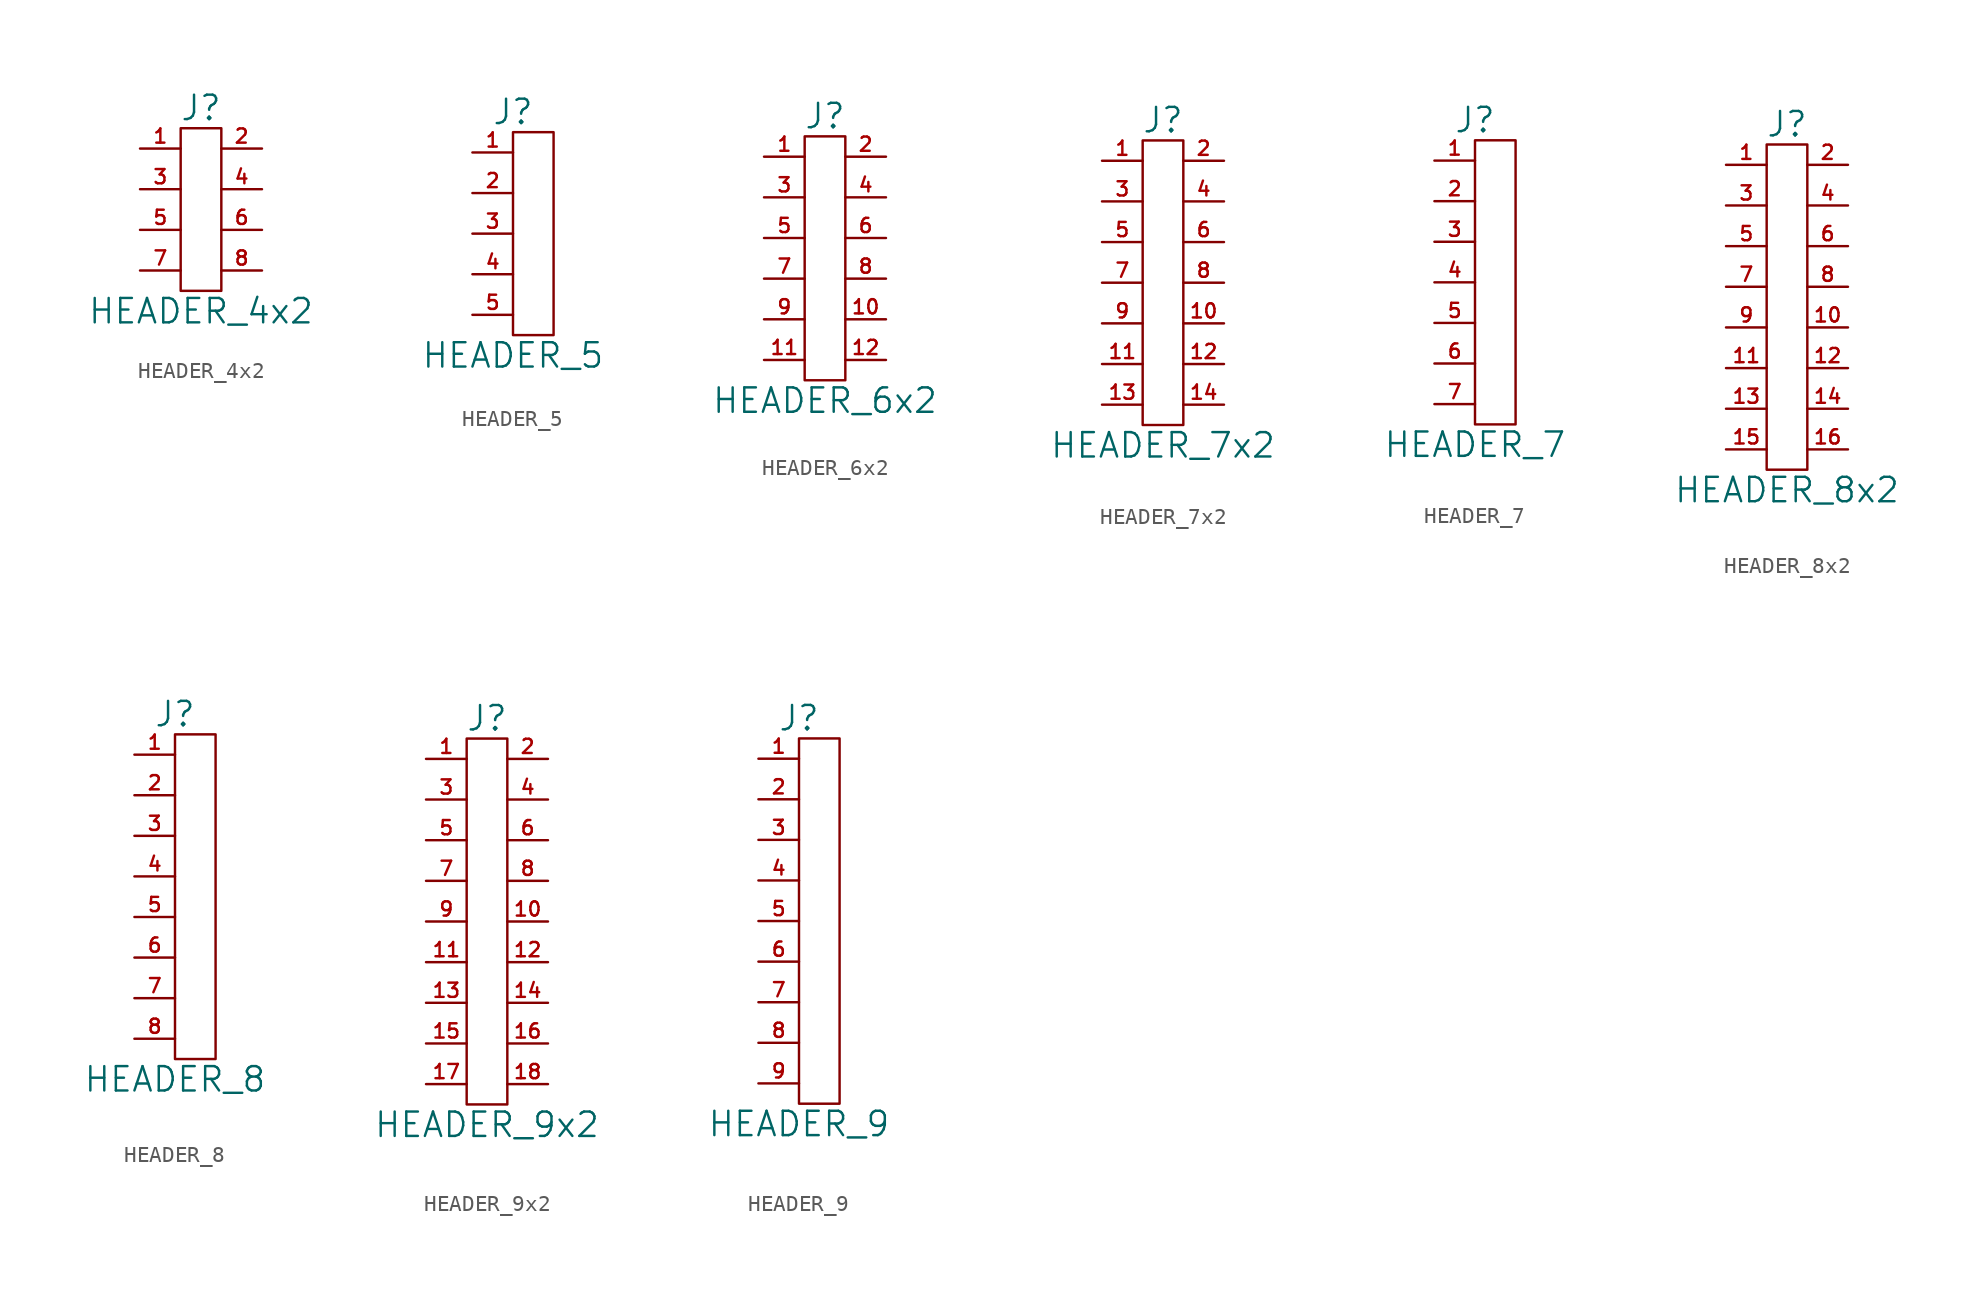
<source format=kicad_sym>
(kicad_symbol_lib
  (version 20201005)
  (generator kicad_symbol_editor)
  (symbol "HEADER_4x2"
    (pin_names
      (offset 0))
    (property "Reference" "J"
      (at 0 6.35 0)
      (effects (font (size 1.524 1.524))))
    (property "Value" "HEADER_4x2"
      (at 0 -6.35 0)
      (effects (font (size 1.524 1.524))))
    (property "Footprint" ""
      (at 0 0 0)
      (effects (font (size 1.524 1.524))))
    (property "Datasheet" ""
      (at 0 0 0)
      (effects (font (size 1.524 1.524))))
    (symbol "HEADER_4x2_0_1"
      (rectangle (start 1.27 5.08) (end -1.27 -5.08) (stroke (width 0)) (fill (type none))))
    (symbol "HEADER_4x2_1_1"
      (pin passive line (at -3.81 3.81 0) (length 2.54) (name "~" (effects (font (size 1.27 1.27)))) (number "1" (effects (font (size 0.889 0.889)))))
      (pin passive line (at 3.81 3.81 180) (length 2.54) (name "~" (effects (font (size 1.27 1.27)))) (number "2" (effects (font (size 0.889 0.889)))))
      (pin passive line (at -3.81 1.27 0) (length 2.54) (name "~" (effects (font (size 1.27 1.27)))) (number "3" (effects (font (size 0.889 0.889)))))
      (pin passive line (at 3.81 1.27 180) (length 2.54) (name "~" (effects (font (size 1.27 1.27)))) (number "4" (effects (font (size 0.889 0.889)))))
      (pin passive line (at -3.81 -1.27 0) (length 2.54) (name "~" (effects (font (size 1.27 1.27)))) (number "5" (effects (font (size 0.889 0.889)))))
      (pin passive line (at 3.81 -1.27 180) (length 2.54) (name "~" (effects (font (size 1.27 1.27)))) (number "6" (effects (font (size 0.889 0.889)))))
      (pin passive line (at -3.81 -3.81 0) (length 2.54) (name "~" (effects (font (size 1.27 1.27)))) (number "7" (effects (font (size 0.889 0.889)))))
      (pin passive line (at 3.81 -3.81 180) (length 2.54) (name "~" (effects (font (size 1.27 1.27)))) (number "8" (effects (font (size 0.889 0.889)))))))
  (symbol "HEADER_5"
    (pin_names
      (offset 0))
    (property "Reference" "J"
      (at 0 7.62 0)
      (effects (font (size 1.524 1.524))))
    (property "Value" "HEADER_5"
      (at 0 -7.62 0)
      (effects (font (size 1.524 1.524))))
    (property "Footprint" ""
      (at 0 0 0)
      (effects (font (size 1.524 1.524))))
    (property "Datasheet" ""
      (at 0 0 0)
      (effects (font (size 1.524 1.524))))
    (symbol "HEADER_5_0_1"
      (rectangle (start 2.54 6.35) (end 0 -6.35) (stroke (width 0)) (fill (type none))))
    (symbol "HEADER_5_1_1"
      (pin passive line (at -2.54 5.08 0) (length 2.54) (name "~" (effects (font (size 1.27 1.27)))) (number "1" (effects (font (size 0.889 0.889)))))
      (pin passive line (at -2.54 2.54 0) (length 2.54) (name "~" (effects (font (size 1.27 1.27)))) (number "2" (effects (font (size 0.889 0.889)))))
      (pin passive line (at -2.54 0 0) (length 2.54) (name "~" (effects (font (size 1.27 1.27)))) (number "3" (effects (font (size 0.889 0.889)))))
      (pin passive line (at -2.54 -2.54 0) (length 2.54) (name "~" (effects (font (size 1.27 1.27)))) (number "4" (effects (font (size 0.889 0.889)))))
      (pin passive line (at -2.54 -5.08 0) (length 2.54) (name "~" (effects (font (size 1.27 1.27)))) (number "5" (effects (font (size 0.889 0.889)))))))
  (symbol "HEADER_6x2"
    (pin_names
      (offset 0))
    (property "Reference" "J"
      (at 0 8.89 0)
      (effects (font (size 1.524 1.524))))
    (property "Value" "HEADER_6x2"
      (at 0 -8.89 0)
      (effects (font (size 1.524 1.524))))
    (property "Footprint" ""
      (at 0 0 0)
      (effects (font (size 1.524 1.524))))
    (property "Datasheet" ""
      (at 0 0 0)
      (effects (font (size 1.524 1.524))))
    (symbol "HEADER_6x2_0_1"
      (rectangle (start 1.27 7.62) (end -1.27 -7.62) (stroke (width 0)) (fill (type none))))
    (symbol "HEADER_6x2_1_1"
      (pin passive line (at -3.81 6.35 0) (length 2.54) (name "~" (effects (font (size 1.27 1.27)))) (number "1" (effects (font (size 0.889 0.889)))))
      (pin passive line (at 3.81 -3.81 180) (length 2.54) (name "~" (effects (font (size 1.27 1.27)))) (number "10" (effects (font (size 0.889 0.889)))))
      (pin passive line (at -3.81 -6.35 0) (length 2.54) (name "~" (effects (font (size 1.27 1.27)))) (number "11" (effects (font (size 0.889 0.889)))))
      (pin passive line (at 3.81 -6.35 180) (length 2.54) (name "~" (effects (font (size 1.27 1.27)))) (number "12" (effects (font (size 0.889 0.889)))))
      (pin passive line (at 3.81 6.35 180) (length 2.54) (name "~" (effects (font (size 1.27 1.27)))) (number "2" (effects (font (size 0.889 0.889)))))
      (pin passive line (at -3.81 3.81 0) (length 2.54) (name "~" (effects (font (size 1.27 1.27)))) (number "3" (effects (font (size 0.889 0.889)))))
      (pin passive line (at 3.81 3.81 180) (length 2.54) (name "~" (effects (font (size 1.27 1.27)))) (number "4" (effects (font (size 0.889 0.889)))))
      (pin passive line (at -3.81 1.27 0) (length 2.54) (name "~" (effects (font (size 1.27 1.27)))) (number "5" (effects (font (size 0.889 0.889)))))
      (pin passive line (at 3.81 1.27 180) (length 2.54) (name "~" (effects (font (size 1.27 1.27)))) (number "6" (effects (font (size 0.889 0.889)))))
      (pin passive line (at -3.81 -1.27 0) (length 2.54) (name "~" (effects (font (size 1.27 1.27)))) (number "7" (effects (font (size 0.889 0.889)))))
      (pin passive line (at 3.81 -1.27 180) (length 2.54) (name "~" (effects (font (size 1.27 1.27)))) (number "8" (effects (font (size 0.889 0.889)))))
      (pin passive line (at -3.81 -3.81 0) (length 2.54) (name "~" (effects (font (size 1.27 1.27)))) (number "9" (effects (font (size 0.889 0.889)))))))
  (symbol "HEADER_7x2"
    (pin_names
      (offset 0))
    (property "Reference" "J"
      (at 0 10.16 0)
      (effects (font (size 1.524 1.524))))
    (property "Value" "HEADER_7x2"
      (at 0 -10.16 0)
      (effects (font (size 1.524 1.524))))
    (property "Footprint" ""
      (at 0 0 0)
      (effects (font (size 1.524 1.524))))
    (property "Datasheet" ""
      (at 0 0 0)
      (effects (font (size 1.524 1.524))))
    (symbol "HEADER_7x2_0_1"
      (rectangle (start 1.27 8.89) (end -1.27 -8.89) (stroke (width 0)) (fill (type none))))
    (symbol "HEADER_7x2_1_1"
      (pin passive line (at -3.81 7.62 0) (length 2.54) (name "~" (effects (font (size 1.27 1.27)))) (number "1" (effects (font (size 0.889 0.889)))))
      (pin passive line (at 3.81 -2.54 180) (length 2.54) (name "~" (effects (font (size 1.27 1.27)))) (number "10" (effects (font (size 0.889 0.889)))))
      (pin passive line (at -3.81 -5.08 0) (length 2.54) (name "~" (effects (font (size 1.27 1.27)))) (number "11" (effects (font (size 0.889 0.889)))))
      (pin passive line (at 3.81 -5.08 180) (length 2.54) (name "~" (effects (font (size 1.27 1.27)))) (number "12" (effects (font (size 0.889 0.889)))))
      (pin passive line (at -3.81 -7.62 0) (length 2.54) (name "~" (effects (font (size 1.27 1.27)))) (number "13" (effects (font (size 0.889 0.889)))))
      (pin passive line (at 3.81 -7.62 180) (length 2.54) (name "~" (effects (font (size 1.27 1.27)))) (number "14" (effects (font (size 0.889 0.889)))))
      (pin passive line (at 3.81 7.62 180) (length 2.54) (name "~" (effects (font (size 1.27 1.27)))) (number "2" (effects (font (size 0.889 0.889)))))
      (pin passive line (at -3.81 5.08 0) (length 2.54) (name "~" (effects (font (size 1.27 1.27)))) (number "3" (effects (font (size 0.889 0.889)))))
      (pin passive line (at 3.81 5.08 180) (length 2.54) (name "~" (effects (font (size 1.27 1.27)))) (number "4" (effects (font (size 0.889 0.889)))))
      (pin passive line (at -3.81 2.54 0) (length 2.54) (name "~" (effects (font (size 1.27 1.27)))) (number "5" (effects (font (size 0.889 0.889)))))
      (pin passive line (at 3.81 2.54 180) (length 2.54) (name "~" (effects (font (size 1.27 1.27)))) (number "6" (effects (font (size 0.889 0.889)))))
      (pin passive line (at -3.81 0 0) (length 2.54) (name "~" (effects (font (size 1.27 1.27)))) (number "7" (effects (font (size 0.889 0.889)))))
      (pin passive line (at 3.81 0 180) (length 2.54) (name "~" (effects (font (size 1.27 1.27)))) (number "8" (effects (font (size 0.889 0.889)))))
      (pin passive line (at -3.81 -2.54 0) (length 2.54) (name "~" (effects (font (size 1.27 1.27)))) (number "9" (effects (font (size 0.889 0.889)))))))
  (symbol "HEADER_7"
    (pin_names
      (offset 0))
    (property "Reference" "J"
      (at 0 10.16 0)
      (effects (font (size 1.524 1.524))))
    (property "Value" "HEADER_7"
      (at 0 -10.16 0)
      (effects (font (size 1.524 1.524))))
    (property "Footprint" ""
      (at 0 0 0)
      (effects (font (size 1.524 1.524))))
    (property "Datasheet" ""
      (at 0 0 0)
      (effects (font (size 1.524 1.524))))
    (symbol "HEADER_7_0_1"
      (rectangle (start 2.54 8.89) (end 0 -8.89) (stroke (width 0)) (fill (type none))))
    (symbol "HEADER_7_1_1"
      (pin passive line (at -2.54 7.62 0) (length 2.54) (name "~" (effects (font (size 1.27 1.27)))) (number "1" (effects (font (size 0.889 0.889)))))
      (pin passive line (at -2.54 5.08 0) (length 2.54) (name "~" (effects (font (size 1.27 1.27)))) (number "2" (effects (font (size 0.889 0.889)))))
      (pin passive line (at -2.54 2.54 0) (length 2.54) (name "~" (effects (font (size 1.27 1.27)))) (number "3" (effects (font (size 0.889 0.889)))))
      (pin passive line (at -2.54 0 0) (length 2.54) (name "~" (effects (font (size 1.27 1.27)))) (number "4" (effects (font (size 0.889 0.889)))))
      (pin passive line (at -2.54 -2.54 0) (length 2.54) (name "~" (effects (font (size 1.27 1.27)))) (number "5" (effects (font (size 0.889 0.889)))))
      (pin passive line (at -2.54 -5.08 0) (length 2.54) (name "~" (effects (font (size 1.27 1.27)))) (number "6" (effects (font (size 0.889 0.889)))))
      (pin passive line (at -2.54 -7.62 0) (length 2.54) (name "~" (effects (font (size 1.27 1.27)))) (number "7" (effects (font (size 0.889 0.889)))))))
  (symbol "HEADER_8x2"
    (pin_names
      (offset 0))
    (property "Reference" "J"
      (at 0 11.43 0)
      (effects (font (size 1.524 1.524))))
    (property "Value" "HEADER_8x2"
      (at 0 -11.43 0)
      (effects (font (size 1.524 1.524))))
    (property "Footprint" ""
      (at 0 0 0)
      (effects (font (size 1.524 1.524))))
    (property "Datasheet" ""
      (at 0 0 0)
      (effects (font (size 1.524 1.524))))
    (symbol "HEADER_8x2_0_1"
      (rectangle (start 1.27 10.16) (end -1.27 -10.16) (stroke (width 0)) (fill (type none))))
    (symbol "HEADER_8x2_1_1"
      (pin passive line (at -3.81 8.89 0) (length 2.54) (name "~" (effects (font (size 1.27 1.27)))) (number "1" (effects (font (size 0.889 0.889)))))
      (pin passive line (at 3.81 -1.27 180) (length 2.54) (name "~" (effects (font (size 1.27 1.27)))) (number "10" (effects (font (size 0.889 0.889)))))
      (pin passive line (at -3.81 -3.81 0) (length 2.54) (name "~" (effects (font (size 1.27 1.27)))) (number "11" (effects (font (size 0.889 0.889)))))
      (pin passive line (at 3.81 -3.81 180) (length 2.54) (name "~" (effects (font (size 1.27 1.27)))) (number "12" (effects (font (size 0.889 0.889)))))
      (pin passive line (at -3.81 -6.35 0) (length 2.54) (name "~" (effects (font (size 1.27 1.27)))) (number "13" (effects (font (size 0.889 0.889)))))
      (pin passive line (at 3.81 -6.35 180) (length 2.54) (name "~" (effects (font (size 1.27 1.27)))) (number "14" (effects (font (size 0.889 0.889)))))
      (pin passive line (at -3.81 -8.89 0) (length 2.54) (name "~" (effects (font (size 1.27 1.27)))) (number "15" (effects (font (size 0.889 0.889)))))
      (pin passive line (at 3.81 -8.89 180) (length 2.54) (name "~" (effects (font (size 1.27 1.27)))) (number "16" (effects (font (size 0.889 0.889)))))
      (pin passive line (at 3.81 8.89 180) (length 2.54) (name "~" (effects (font (size 1.27 1.27)))) (number "2" (effects (font (size 0.889 0.889)))))
      (pin passive line (at -3.81 6.35 0) (length 2.54) (name "~" (effects (font (size 1.27 1.27)))) (number "3" (effects (font (size 0.889 0.889)))))
      (pin passive line (at 3.81 6.35 180) (length 2.54) (name "~" (effects (font (size 1.27 1.27)))) (number "4" (effects (font (size 0.889 0.889)))))
      (pin passive line (at -3.81 3.81 0) (length 2.54) (name "~" (effects (font (size 1.27 1.27)))) (number "5" (effects (font (size 0.889 0.889)))))
      (pin passive line (at 3.81 3.81 180) (length 2.54) (name "~" (effects (font (size 1.27 1.27)))) (number "6" (effects (font (size 0.889 0.889)))))
      (pin passive line (at -3.81 1.27 0) (length 2.54) (name "~" (effects (font (size 1.27 1.27)))) (number "7" (effects (font (size 0.889 0.889)))))
      (pin passive line (at 3.81 1.27 180) (length 2.54) (name "~" (effects (font (size 1.27 1.27)))) (number "8" (effects (font (size 0.889 0.889)))))
      (pin passive line (at -3.81 -1.27 0) (length 2.54) (name "~" (effects (font (size 1.27 1.27)))) (number "9" (effects (font (size 0.889 0.889)))))))
  (symbol "HEADER_8"
    (pin_names
      (offset 0))
    (property "Reference" "J"
      (at 0 11.43 0)
      (effects (font (size 1.524 1.524))))
    (property "Value" "HEADER_8"
      (at 0 -11.43 0)
      (effects (font (size 1.524 1.524))))
    (property "Footprint" ""
      (at 0 0 0)
      (effects (font (size 1.524 1.524))))
    (property "Datasheet" ""
      (at 0 0 0)
      (effects (font (size 1.524 1.524))))
    (symbol "HEADER_8_0_1"
      (rectangle (start 2.54 10.16) (end 0 -10.16) (stroke (width 0)) (fill (type none))))
    (symbol "HEADER_8_1_1"
      (pin passive line (at -2.54 8.89 0) (length 2.54) (name "~" (effects (font (size 1.27 1.27)))) (number "1" (effects (font (size 0.889 0.889)))))
      (pin passive line (at -2.54 6.35 0) (length 2.54) (name "~" (effects (font (size 1.27 1.27)))) (number "2" (effects (font (size 0.889 0.889)))))
      (pin passive line (at -2.54 3.81 0) (length 2.54) (name "~" (effects (font (size 1.27 1.27)))) (number "3" (effects (font (size 0.889 0.889)))))
      (pin passive line (at -2.54 1.27 0) (length 2.54) (name "~" (effects (font (size 1.27 1.27)))) (number "4" (effects (font (size 0.889 0.889)))))
      (pin passive line (at -2.54 -1.27 0) (length 2.54) (name "~" (effects (font (size 1.27 1.27)))) (number "5" (effects (font (size 0.889 0.889)))))
      (pin passive line (at -2.54 -3.81 0) (length 2.54) (name "~" (effects (font (size 1.27 1.27)))) (number "6" (effects (font (size 0.889 0.889)))))
      (pin passive line (at -2.54 -6.35 0) (length 2.54) (name "~" (effects (font (size 1.27 1.27)))) (number "7" (effects (font (size 0.889 0.889)))))
      (pin passive line (at -2.54 -8.89 0) (length 2.54) (name "~" (effects (font (size 1.27 1.27)))) (number "8" (effects (font (size 0.889 0.889)))))))
  (symbol "HEADER_9x2"
    (pin_names
      (offset 0))
    (property "Reference" "J"
      (at 0 12.7 0)
      (effects (font (size 1.524 1.524))))
    (property "Value" "HEADER_9x2"
      (at 0 -12.7 0)
      (effects (font (size 1.524 1.524))))
    (property "Footprint" ""
      (at 0 0 0)
      (effects (font (size 1.524 1.524))))
    (property "Datasheet" ""
      (at 0 0 0)
      (effects (font (size 1.524 1.524))))
    (symbol "HEADER_9x2_0_1"
      (rectangle (start 1.27 11.43) (end -1.27 -11.43) (stroke (width 0)) (fill (type none))))
    (symbol "HEADER_9x2_1_1"
      (pin passive line (at -3.81 10.16 0) (length 2.54) (name "~" (effects (font (size 1.27 1.27)))) (number "1" (effects (font (size 0.889 0.889)))))
      (pin passive line (at 3.81 0 180) (length 2.54) (name "~" (effects (font (size 1.27 1.27)))) (number "10" (effects (font (size 0.889 0.889)))))
      (pin passive line (at -3.81 -2.54 0) (length 2.54) (name "~" (effects (font (size 1.27 1.27)))) (number "11" (effects (font (size 0.889 0.889)))))
      (pin passive line (at 3.81 -2.54 180) (length 2.54) (name "~" (effects (font (size 1.27 1.27)))) (number "12" (effects (font (size 0.889 0.889)))))
      (pin passive line (at -3.81 -5.08 0) (length 2.54) (name "~" (effects (font (size 1.27 1.27)))) (number "13" (effects (font (size 0.889 0.889)))))
      (pin passive line (at 3.81 -5.08 180) (length 2.54) (name "~" (effects (font (size 1.27 1.27)))) (number "14" (effects (font (size 0.889 0.889)))))
      (pin passive line (at -3.81 -7.62 0) (length 2.54) (name "~" (effects (font (size 1.27 1.27)))) (number "15" (effects (font (size 0.889 0.889)))))
      (pin passive line (at 3.81 -7.62 180) (length 2.54) (name "~" (effects (font (size 1.27 1.27)))) (number "16" (effects (font (size 0.889 0.889)))))
      (pin passive line (at -3.81 -10.16 0) (length 2.54) (name "~" (effects (font (size 1.27 1.27)))) (number "17" (effects (font (size 0.889 0.889)))))
      (pin passive line (at 3.81 -10.16 180) (length 2.54) (name "~" (effects (font (size 1.27 1.27)))) (number "18" (effects (font (size 0.889 0.889)))))
      (pin passive line (at 3.81 10.16 180) (length 2.54) (name "~" (effects (font (size 1.27 1.27)))) (number "2" (effects (font (size 0.889 0.889)))))
      (pin passive line (at -3.81 7.62 0) (length 2.54) (name "~" (effects (font (size 1.27 1.27)))) (number "3" (effects (font (size 0.889 0.889)))))
      (pin passive line (at 3.81 7.62 180) (length 2.54) (name "~" (effects (font (size 1.27 1.27)))) (number "4" (effects (font (size 0.889 0.889)))))
      (pin passive line (at -3.81 5.08 0) (length 2.54) (name "~" (effects (font (size 1.27 1.27)))) (number "5" (effects (font (size 0.889 0.889)))))
      (pin passive line (at 3.81 5.08 180) (length 2.54) (name "~" (effects (font (size 1.27 1.27)))) (number "6" (effects (font (size 0.889 0.889)))))
      (pin passive line (at -3.81 2.54 0) (length 2.54) (name "~" (effects (font (size 1.27 1.27)))) (number "7" (effects (font (size 0.889 0.889)))))
      (pin passive line (at 3.81 2.54 180) (length 2.54) (name "~" (effects (font (size 1.27 1.27)))) (number "8" (effects (font (size 0.889 0.889)))))
      (pin passive line (at -3.81 0 0) (length 2.54) (name "~" (effects (font (size 1.27 1.27)))) (number "9" (effects (font (size 0.889 0.889)))))))
  (symbol "HEADER_9"
    (pin_names
      (offset 0))
    (property "Reference" "J"
      (at 0 12.7 0)
      (effects (font (size 1.524 1.524))))
    (property "Value" "HEADER_9"
      (at 0 -12.7 0)
      (effects (font (size 1.524 1.524))))
    (property "Footprint" ""
      (at 0 0 0)
      (effects (font (size 1.524 1.524))))
    (property "Datasheet" ""
      (at 0 0 0)
      (effects (font (size 1.524 1.524))))
    (symbol "HEADER_9_0_1"
      (rectangle (start 2.54 11.43) (end 0 -11.43) (stroke (width 0)) (fill (type none))))
    (symbol "HEADER_9_1_1"
      (pin passive line (at -2.54 10.16 0) (length 2.54) (name "~" (effects (font (size 1.27 1.27)))) (number "1" (effects (font (size 0.889 0.889)))))
      (pin passive line (at -2.54 7.62 0) (length 2.54) (name "~" (effects (font (size 1.27 1.27)))) (number "2" (effects (font (size 0.889 0.889)))))
      (pin passive line (at -2.54 5.08 0) (length 2.54) (name "~" (effects (font (size 1.27 1.27)))) (number "3" (effects (font (size 0.889 0.889)))))
      (pin passive line (at -2.54 2.54 0) (length 2.54) (name "~" (effects (font (size 1.27 1.27)))) (number "4" (effects (font (size 0.889 0.889)))))
      (pin passive line (at -2.54 0 0) (length 2.54) (name "~" (effects (font (size 1.27 1.27)))) (number "5" (effects (font (size 0.889 0.889)))))
      (pin passive line (at -2.54 -2.54 0) (length 2.54) (name "~" (effects (font (size 1.27 1.27)))) (number "6" (effects (font (size 0.889 0.889)))))
      (pin passive line (at -2.54 -5.08 0) (length 2.54) (name "~" (effects (font (size 1.27 1.27)))) (number "7" (effects (font (size 0.889 0.889)))))
      (pin passive line (at -2.54 -7.62 0) (length 2.54) (name "~" (effects (font (size 1.27 1.27)))) (number "8" (effects (font (size 0.889 0.889)))))
      (pin passive line (at -2.54 -10.16 0) (length 2.54) (name "~" (effects (font (size 1.27 1.27)))) (number "9" (effects (font (size 0.889 0.889))))))))
</source>
